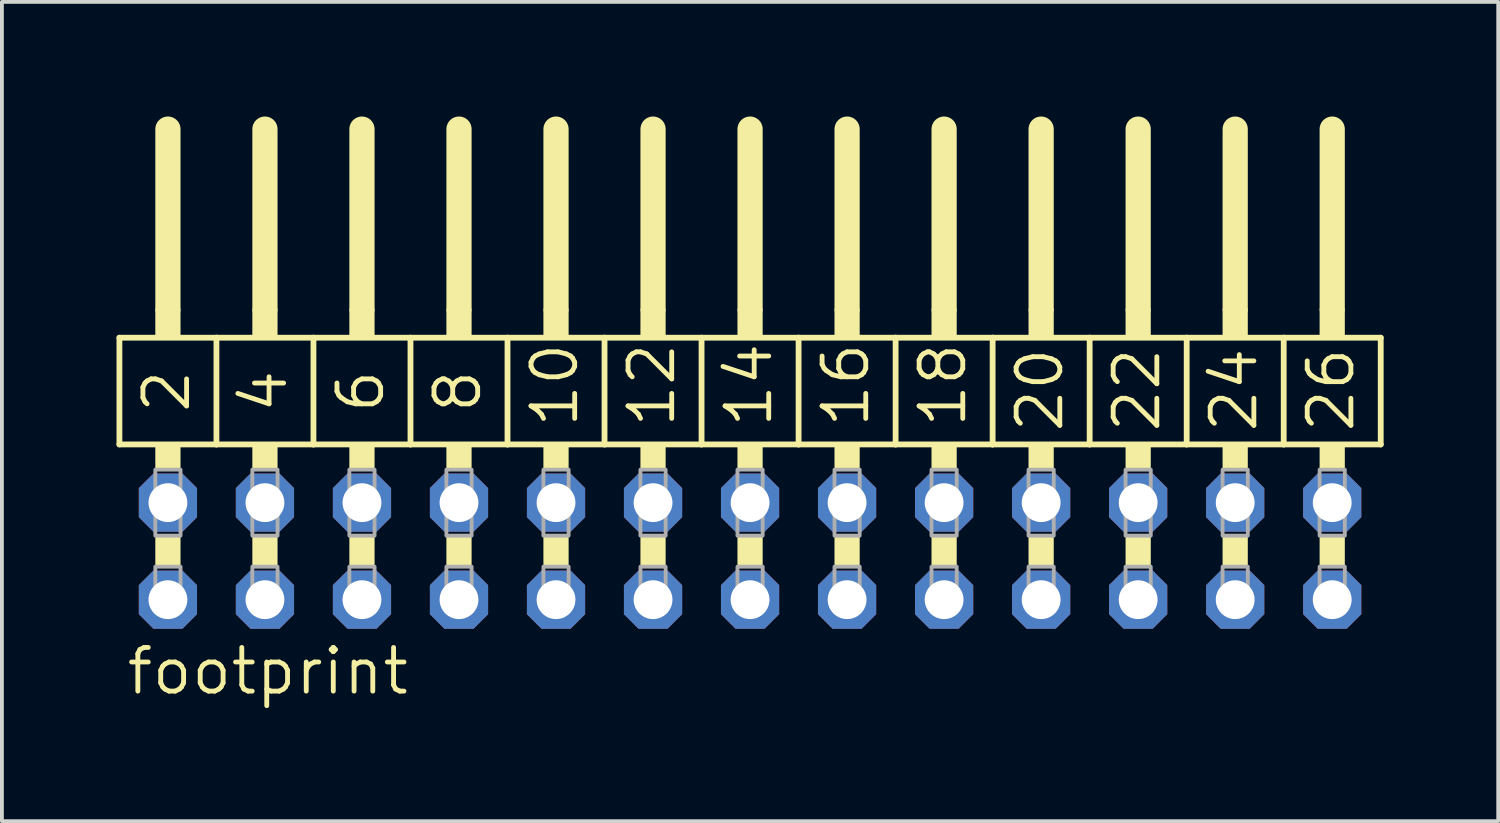
<source format=kicad_pcb>
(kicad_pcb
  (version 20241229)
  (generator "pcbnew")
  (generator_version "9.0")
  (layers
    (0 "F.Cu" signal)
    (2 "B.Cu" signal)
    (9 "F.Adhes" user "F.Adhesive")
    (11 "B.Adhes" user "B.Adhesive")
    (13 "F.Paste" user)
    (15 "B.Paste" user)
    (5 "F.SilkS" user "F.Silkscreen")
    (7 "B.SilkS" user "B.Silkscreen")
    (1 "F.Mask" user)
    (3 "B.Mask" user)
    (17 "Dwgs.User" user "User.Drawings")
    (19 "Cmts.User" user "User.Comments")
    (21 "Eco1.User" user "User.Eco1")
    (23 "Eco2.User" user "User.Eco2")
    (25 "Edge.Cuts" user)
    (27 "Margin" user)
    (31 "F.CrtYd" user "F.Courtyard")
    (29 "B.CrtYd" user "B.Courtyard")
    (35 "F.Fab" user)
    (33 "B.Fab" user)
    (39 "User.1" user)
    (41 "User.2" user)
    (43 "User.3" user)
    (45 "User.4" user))
  (footprint "footprint"
    (layer "F.Cu")
    (at 16.586 11.379)
    (property "Reference" "footprint" (at -16.383 3.81 0) (layer "F.SilkS") (effects (font (size 1.143 1.143) (thickness 0.127)) (justify left bottom)))
    (fp_line (start -16.51 -5.588) (end -13.97 -5.588) (stroke (width 0.152) (type solid)) (layer "F.SilkS"))
    (fp_line (start -16.51 -2.794) (end -16.51 -5.588) (stroke (width 0.152) (type solid)) (layer "F.SilkS"))
    (fp_line (start -15.24 -6.35) (end -15.24 -11.049) (stroke (width 0.66) (type solid)) (layer "F.SilkS"))
    (fp_line (start -13.97 -5.588) (end -11.43 -5.588) (stroke (width 0.152) (type solid)) (layer "F.SilkS"))
    (fp_line (start -13.97 -2.794) (end -16.51 -2.794) (stroke (width 0.152) (type solid)) (layer "F.SilkS"))
    (fp_line (start -13.97 -2.794) (end -13.97 -5.588) (stroke (width 0.152) (type solid)) (layer "F.SilkS"))
    (fp_line (start -13.97 -2.794) (end -11.43 -2.794) (stroke (width 0.152) (type solid)) (layer "F.SilkS"))
    (fp_line (start -12.7 -6.35) (end -12.7 -11.049) (stroke (width 0.66) (type solid)) (layer "F.SilkS"))
    (fp_line (start -11.43 -5.588) (end -8.89 -5.588) (stroke (width 0.152) (type solid)) (layer "F.SilkS"))
    (fp_line (start -11.43 -2.794) (end -11.43 -5.588) (stroke (width 0.152) (type solid)) (layer "F.SilkS"))
    (fp_line (start -10.16 -6.35) (end -10.16 -11.049) (stroke (width 0.66) (type solid)) (layer "F.SilkS"))
    (fp_line (start -8.89 -5.588) (end -6.35 -5.588) (stroke (width 0.152) (type solid)) (layer "F.SilkS"))
    (fp_line (start -8.89 -2.794) (end -11.43 -2.794) (stroke (width 0.152) (type solid)) (layer "F.SilkS"))
    (fp_line (start -8.89 -2.794) (end -8.89 -5.588) (stroke (width 0.152) (type solid)) (layer "F.SilkS"))
    (fp_line (start -7.62 -6.35) (end -7.62 -11.049) (stroke (width 0.66) (type solid)) (layer "F.SilkS"))
    (fp_line (start -6.35 -5.588) (end -3.81 -5.588) (stroke (width 0.152) (type solid)) (layer "F.SilkS"))
    (fp_line (start -6.35 -2.794) (end -8.89 -2.794) (stroke (width 0.152) (type solid)) (layer "F.SilkS"))
    (fp_line (start -6.35 -2.794) (end -6.35 -5.588) (stroke (width 0.152) (type solid)) (layer "F.SilkS"))
    (fp_line (start -5.08 -6.35) (end -5.08 -11.049) (stroke (width 0.66) (type solid)) (layer "F.SilkS"))
    (fp_line (start -3.81 -5.588) (end -1.27 -5.588) (stroke (width 0.152) (type solid)) (layer "F.SilkS"))
    (fp_line (start -3.81 -2.794) (end -6.35 -2.794) (stroke (width 0.152) (type solid)) (layer "F.SilkS"))
    (fp_line (start -3.81 -2.794) (end -3.81 -5.588) (stroke (width 0.152) (type solid)) (layer "F.SilkS"))
    (fp_line (start -2.54 -6.35) (end -2.54 -11.049) (stroke (width 0.66) (type solid)) (layer "F.SilkS"))
    (fp_line (start -1.27 -5.588) (end 1.27 -5.588) (stroke (width 0.152) (type solid)) (layer "F.SilkS"))
    (fp_line (start -1.27 -2.794) (end -3.81 -2.794) (stroke (width 0.152) (type solid)) (layer "F.SilkS"))
    (fp_line (start -1.27 -2.794) (end -1.27 -5.588) (stroke (width 0.152) (type solid)) (layer "F.SilkS"))
    (fp_line (start -1.27 -2.794) (end 1.27 -2.794) (stroke (width 0.152) (type solid)) (layer "F.SilkS"))
    (fp_line (start 0 -6.35) (end 0 -11.049) (stroke (width 0.66) (type solid)) (layer "F.SilkS"))
    (fp_line (start 1.27 -5.588) (end 3.81 -5.588) (stroke (width 0.152) (type solid)) (layer "F.SilkS"))
    (fp_line (start 1.27 -2.794) (end 1.27 -5.588) (stroke (width 0.152) (type solid)) (layer "F.SilkS"))
    (fp_line (start 2.54 -6.35) (end 2.54 -11.049) (stroke (width 0.66) (type solid)) (layer "F.SilkS"))
    (fp_line (start 3.81 -5.588) (end 6.35 -5.588) (stroke (width 0.152) (type solid)) (layer "F.SilkS"))
    (fp_line (start 3.81 -2.794) (end 1.27 -2.794) (stroke (width 0.152) (type solid)) (layer "F.SilkS"))
    (fp_line (start 3.81 -2.794) (end 3.81 -5.588) (stroke (width 0.152) (type solid)) (layer "F.SilkS"))
    (fp_line (start 5.08 -6.35) (end 5.08 -11.049) (stroke (width 0.66) (type solid)) (layer "F.SilkS"))
    (fp_line (start 6.35 -5.588) (end 8.89 -5.588) (stroke (width 0.152) (type solid)) (layer "F.SilkS"))
    (fp_line (start 6.35 -2.794) (end 3.81 -2.794) (stroke (width 0.152) (type solid)) (layer "F.SilkS"))
    (fp_line (start 6.35 -2.794) (end 6.35 -5.588) (stroke (width 0.152) (type solid)) (layer "F.SilkS"))
    (fp_line (start 7.62 -6.35) (end 7.62 -11.049) (stroke (width 0.66) (type solid)) (layer "F.SilkS"))
    (fp_line (start 8.89 -5.588) (end 11.43 -5.588) (stroke (width 0.152) (type solid)) (layer "F.SilkS"))
    (fp_line (start 8.89 -2.794) (end 6.35 -2.794) (stroke (width 0.152) (type solid)) (layer "F.SilkS"))
    (fp_line (start 8.89 -2.794) (end 8.89 -5.588) (stroke (width 0.152) (type solid)) (layer "F.SilkS"))
    (fp_line (start 10.16 -6.35) (end 10.16 -11.049) (stroke (width 0.66) (type solid)) (layer "F.SilkS"))
    (fp_line (start 11.43 -5.588) (end 13.97 -5.588) (stroke (width 0.152) (type solid)) (layer "F.SilkS"))
    (fp_line (start 11.43 -2.794) (end 8.89 -2.794) (stroke (width 0.152) (type solid)) (layer "F.SilkS"))
    (fp_line (start 11.43 -2.794) (end 11.43 -5.588) (stroke (width 0.152) (type solid)) (layer "F.SilkS"))
    (fp_line (start 11.43 -2.794) (end 13.97 -2.794) (stroke (width 0.152) (type solid)) (layer "F.SilkS"))
    (fp_line (start 12.7 -6.35) (end 12.7 -11.049) (stroke (width 0.66) (type solid)) (layer "F.SilkS"))
    (fp_line (start 13.97 -5.588) (end 16.51 -5.588) (stroke (width 0.152) (type solid)) (layer "F.SilkS"))
    (fp_line (start 13.97 -2.794) (end 13.97 -5.588) (stroke (width 0.152) (type solid)) (layer "F.SilkS"))
    (fp_line (start 15.24 -6.35) (end 15.24 -11.049) (stroke (width 0.66) (type solid)) (layer "F.SilkS"))
    (fp_line (start 16.51 -2.794) (end 13.97 -2.794) (stroke (width 0.152) (type solid)) (layer "F.SilkS"))
    (fp_line (start 16.51 -2.794) (end 16.51 -5.588) (stroke (width 0.152) (type solid)) (layer "F.SilkS"))
    (fp_poly (pts (xy -15.57 -5.588) (xy -14.91 -5.588) (xy -14.91 -6.35) (xy -15.57 -6.35)) (stroke (width 0) (type solid)) (fill yes) (layer "F.SilkS"))
    (fp_poly (pts (xy -15.57 -2.134) (xy -14.91 -2.134) (xy -14.91 -2.794) (xy -15.57 -2.794)) (stroke (width 0) (type solid)) (fill yes) (layer "F.SilkS"))
    (fp_poly (pts (xy -15.57 0.406) (xy -14.91 0.406) (xy -14.91 -0.406) (xy -15.57 -0.406)) (stroke (width 0) (type solid)) (fill yes) (layer "F.SilkS"))
    (fp_poly (pts (xy -13.03 -5.588) (xy -12.37 -5.588) (xy -12.37 -6.35) (xy -13.03 -6.35)) (stroke (width 0) (type solid)) (fill yes) (layer "F.SilkS"))
    (fp_poly (pts (xy -13.03 -2.134) (xy -12.37 -2.134) (xy -12.37 -2.794) (xy -13.03 -2.794)) (stroke (width 0) (type solid)) (fill yes) (layer "F.SilkS"))
    (fp_poly (pts (xy -13.03 0.406) (xy -12.37 0.406) (xy -12.37 -0.406) (xy -13.03 -0.406)) (stroke (width 0) (type solid)) (fill yes) (layer "F.SilkS"))
    (fp_poly (pts (xy -10.49 -5.588) (xy -9.83 -5.588) (xy -9.83 -6.35) (xy -10.49 -6.35)) (stroke (width 0) (type solid)) (fill yes) (layer "F.SilkS"))
    (fp_poly (pts (xy -10.49 -2.134) (xy -9.83 -2.134) (xy -9.83 -2.794) (xy -10.49 -2.794)) (stroke (width 0) (type solid)) (fill yes) (layer "F.SilkS"))
    (fp_poly (pts (xy -10.49 0.406) (xy -9.83 0.406) (xy -9.83 -0.406) (xy -10.49 -0.406)) (stroke (width 0) (type solid)) (fill yes) (layer "F.SilkS"))
    (fp_poly (pts (xy -7.95 -5.588) (xy -7.29 -5.588) (xy -7.29 -6.35) (xy -7.95 -6.35)) (stroke (width 0) (type solid)) (fill yes) (layer "F.SilkS"))
    (fp_poly (pts (xy -7.95 -2.134) (xy -7.29 -2.134) (xy -7.29 -2.794) (xy -7.95 -2.794)) (stroke (width 0) (type solid)) (fill yes) (layer "F.SilkS"))
    (fp_poly (pts (xy -7.95 0.406) (xy -7.29 0.406) (xy -7.29 -0.406) (xy -7.95 -0.406)) (stroke (width 0) (type solid)) (fill yes) (layer "F.SilkS"))
    (fp_poly (pts (xy -5.41 -5.588) (xy -4.75 -5.588) (xy -4.75 -6.35) (xy -5.41 -6.35)) (stroke (width 0) (type solid)) (fill yes) (layer "F.SilkS"))
    (fp_poly (pts (xy -5.41 -2.134) (xy -4.75 -2.134) (xy -4.75 -2.794) (xy -5.41 -2.794)) (stroke (width 0) (type solid)) (fill yes) (layer "F.SilkS"))
    (fp_poly (pts (xy -5.41 0.406) (xy -4.75 0.406) (xy -4.75 -0.406) (xy -5.41 -0.406)) (stroke (width 0) (type solid)) (fill yes) (layer "F.SilkS"))
    (fp_poly (pts (xy -2.87 -5.588) (xy -2.21 -5.588) (xy -2.21 -6.35) (xy -2.87 -6.35)) (stroke (width 0) (type solid)) (fill yes) (layer "F.SilkS"))
    (fp_poly (pts (xy -2.87 -2.134) (xy -2.21 -2.134) (xy -2.21 -2.794) (xy -2.87 -2.794)) (stroke (width 0) (type solid)) (fill yes) (layer "F.SilkS"))
    (fp_poly (pts (xy -2.87 0.406) (xy -2.21 0.406) (xy -2.21 -0.406) (xy -2.87 -0.406)) (stroke (width 0) (type solid)) (fill yes) (layer "F.SilkS"))
    (fp_poly (pts (xy -0.33 -5.588) (xy 0.33 -5.588) (xy 0.33 -6.35) (xy -0.33 -6.35)) (stroke (width 0) (type solid)) (fill yes) (layer "F.SilkS"))
    (fp_poly (pts (xy -0.33 -2.134) (xy 0.33 -2.134) (xy 0.33 -2.794) (xy -0.33 -2.794)) (stroke (width 0) (type solid)) (fill yes) (layer "F.SilkS"))
    (fp_poly (pts (xy -0.33 0.406) (xy 0.33 0.406) (xy 0.33 -0.406) (xy -0.33 -0.406)) (stroke (width 0) (type solid)) (fill yes) (layer "F.SilkS"))
    (fp_poly (pts (xy 2.21 -5.588) (xy 2.87 -5.588) (xy 2.87 -6.35) (xy 2.21 -6.35)) (stroke (width 0) (type solid)) (fill yes) (layer "F.SilkS"))
    (fp_poly (pts (xy 2.21 -2.134) (xy 2.87 -2.134) (xy 2.87 -2.794) (xy 2.21 -2.794)) (stroke (width 0) (type solid)) (fill yes) (layer "F.SilkS"))
    (fp_poly (pts (xy 2.21 0.406) (xy 2.87 0.406) (xy 2.87 -0.406) (xy 2.21 -0.406)) (stroke (width 0) (type solid)) (fill yes) (layer "F.SilkS"))
    (fp_poly (pts (xy 4.75 -5.588) (xy 5.41 -5.588) (xy 5.41 -6.35) (xy 4.75 -6.35)) (stroke (width 0) (type solid)) (fill yes) (layer "F.SilkS"))
    (fp_poly (pts (xy 4.75 -2.134) (xy 5.41 -2.134) (xy 5.41 -2.794) (xy 4.75 -2.794)) (stroke (width 0) (type solid)) (fill yes) (layer "F.SilkS"))
    (fp_poly (pts (xy 4.75 0.406) (xy 5.41 0.406) (xy 5.41 -0.406) (xy 4.75 -0.406)) (stroke (width 0) (type solid)) (fill yes) (layer "F.SilkS"))
    (fp_poly (pts (xy 7.29 -5.588) (xy 7.95 -5.588) (xy 7.95 -6.35) (xy 7.29 -6.35)) (stroke (width 0) (type solid)) (fill yes) (layer "F.SilkS"))
    (fp_poly (pts (xy 7.29 -2.134) (xy 7.95 -2.134) (xy 7.95 -2.794) (xy 7.29 -2.794)) (stroke (width 0) (type solid)) (fill yes) (layer "F.SilkS"))
    (fp_poly (pts (xy 7.29 0.406) (xy 7.95 0.406) (xy 7.95 -0.406) (xy 7.29 -0.406)) (stroke (width 0) (type solid)) (fill yes) (layer "F.SilkS"))
    (fp_poly (pts (xy 9.83 -5.588) (xy 10.49 -5.588) (xy 10.49 -6.35) (xy 9.83 -6.35)) (stroke (width 0) (type solid)) (fill yes) (layer "F.SilkS"))
    (fp_poly (pts (xy 9.83 -2.134) (xy 10.49 -2.134) (xy 10.49 -2.794) (xy 9.83 -2.794)) (stroke (width 0) (type solid)) (fill yes) (layer "F.SilkS"))
    (fp_poly (pts (xy 9.83 0.406) (xy 10.49 0.406) (xy 10.49 -0.406) (xy 9.83 -0.406)) (stroke (width 0) (type solid)) (fill yes) (layer "F.SilkS"))
    (fp_poly (pts (xy 12.37 -5.588) (xy 13.03 -5.588) (xy 13.03 -6.35) (xy 12.37 -6.35)) (stroke (width 0) (type solid)) (fill yes) (layer "F.SilkS"))
    (fp_poly (pts (xy 12.37 -2.134) (xy 13.03 -2.134) (xy 13.03 -2.794) (xy 12.37 -2.794)) (stroke (width 0) (type solid)) (fill yes) (layer "F.SilkS"))
    (fp_poly (pts (xy 12.37 0.406) (xy 13.03 0.406) (xy 13.03 -0.406) (xy 12.37 -0.406)) (stroke (width 0) (type solid)) (fill yes) (layer "F.SilkS"))
    (fp_poly (pts (xy 14.91 -5.588) (xy 15.57 -5.588) (xy 15.57 -6.35) (xy 14.91 -6.35)) (stroke (width 0) (type solid)) (fill yes) (layer "F.SilkS"))
    (fp_poly (pts (xy 14.91 -2.134) (xy 15.57 -2.134) (xy 15.57 -2.794) (xy 14.91 -2.794)) (stroke (width 0) (type solid)) (fill yes) (layer "F.SilkS"))
    (fp_poly (pts (xy 14.91 0.406) (xy 15.57 0.406) (xy 15.57 -0.406) (xy 14.91 -0.406)) (stroke (width 0) (type solid)) (fill yes) (layer "F.SilkS"))
    (fp_poly (pts (xy -15.57 -0.406) (xy -14.91 -0.406) (xy -14.91 -2.134) (xy -15.57 -2.134)) (stroke (width 0.1) (type solid)) (fill no) (layer "F.Fab"))
    (fp_poly (pts (xy -15.57 1.575) (xy -14.91 1.575) (xy -14.91 0.406) (xy -15.57 0.406)) (stroke (width 0.1) (type solid)) (fill no) (layer "F.Fab"))
    (fp_poly (pts (xy -13.03 -0.406) (xy -12.37 -0.406) (xy -12.37 -2.134) (xy -13.03 -2.134)) (stroke (width 0.1) (type solid)) (fill no) (layer "F.Fab"))
    (fp_poly (pts (xy -13.03 1.575) (xy -12.37 1.575) (xy -12.37 0.406) (xy -13.03 0.406)) (stroke (width 0.1) (type solid)) (fill no) (layer "F.Fab"))
    (fp_poly (pts (xy -10.49 -0.406) (xy -9.83 -0.406) (xy -9.83 -2.134) (xy -10.49 -2.134)) (stroke (width 0.1) (type solid)) (fill no) (layer "F.Fab"))
    (fp_poly (pts (xy -10.49 1.575) (xy -9.83 1.575) (xy -9.83 0.406) (xy -10.49 0.406)) (stroke (width 0.1) (type solid)) (fill no) (layer "F.Fab"))
    (fp_poly (pts (xy -7.95 -0.406) (xy -7.29 -0.406) (xy -7.29 -2.134) (xy -7.95 -2.134)) (stroke (width 0.1) (type solid)) (fill no) (layer "F.Fab"))
    (fp_poly (pts (xy -7.95 1.575) (xy -7.29 1.575) (xy -7.29 0.406) (xy -7.95 0.406)) (stroke (width 0.1) (type solid)) (fill no) (layer "F.Fab"))
    (fp_poly (pts (xy -5.41 -0.406) (xy -4.75 -0.406) (xy -4.75 -2.134) (xy -5.41 -2.134)) (stroke (width 0.1) (type solid)) (fill no) (layer "F.Fab"))
    (fp_poly (pts (xy -5.41 1.575) (xy -4.75 1.575) (xy -4.75 0.406) (xy -5.41 0.406)) (stroke (width 0.1) (type solid)) (fill no) (layer "F.Fab"))
    (fp_poly (pts (xy -2.87 -0.406) (xy -2.21 -0.406) (xy -2.21 -2.134) (xy -2.87 -2.134)) (stroke (width 0.1) (type solid)) (fill no) (layer "F.Fab"))
    (fp_poly (pts (xy -2.87 1.575) (xy -2.21 1.575) (xy -2.21 0.406) (xy -2.87 0.406)) (stroke (width 0.1) (type solid)) (fill no) (layer "F.Fab"))
    (fp_poly (pts (xy -0.33 -0.406) (xy 0.33 -0.406) (xy 0.33 -2.134) (xy -0.33 -2.134)) (stroke (width 0.1) (type solid)) (fill no) (layer "F.Fab"))
    (fp_poly (pts (xy -0.33 1.575) (xy 0.33 1.575) (xy 0.33 0.406) (xy -0.33 0.406)) (stroke (width 0.1) (type solid)) (fill no) (layer "F.Fab"))
    (fp_poly (pts (xy 2.21 -0.406) (xy 2.87 -0.406) (xy 2.87 -2.134) (xy 2.21 -2.134)) (stroke (width 0.1) (type solid)) (fill no) (layer "F.Fab"))
    (fp_poly (pts (xy 2.21 1.575) (xy 2.87 1.575) (xy 2.87 0.406) (xy 2.21 0.406)) (stroke (width 0.1) (type solid)) (fill no) (layer "F.Fab"))
    (fp_poly (pts (xy 4.75 -0.406) (xy 5.41 -0.406) (xy 5.41 -2.134) (xy 4.75 -2.134)) (stroke (width 0.1) (type solid)) (fill no) (layer "F.Fab"))
    (fp_poly (pts (xy 4.75 1.575) (xy 5.41 1.575) (xy 5.41 0.406) (xy 4.75 0.406)) (stroke (width 0.1) (type solid)) (fill no) (layer "F.Fab"))
    (fp_poly (pts (xy 7.29 -0.406) (xy 7.95 -0.406) (xy 7.95 -2.134) (xy 7.29 -2.134)) (stroke (width 0.1) (type solid)) (fill no) (layer "F.Fab"))
    (fp_poly (pts (xy 7.29 1.575) (xy 7.95 1.575) (xy 7.95 0.406) (xy 7.29 0.406)) (stroke (width 0.1) (type solid)) (fill no) (layer "F.Fab"))
    (fp_poly (pts (xy 9.83 -0.406) (xy 10.49 -0.406) (xy 10.49 -2.134) (xy 9.83 -2.134)) (stroke (width 0.1) (type solid)) (fill no) (layer "F.Fab"))
    (fp_poly (pts (xy 9.83 1.575) (xy 10.49 1.575) (xy 10.49 0.406) (xy 9.83 0.406)) (stroke (width 0.1) (type solid)) (fill no) (layer "F.Fab"))
    (fp_poly (pts (xy 12.37 -0.406) (xy 13.03 -0.406) (xy 13.03 -2.134) (xy 12.37 -2.134)) (stroke (width 0.1) (type solid)) (fill no) (layer "F.Fab"))
    (fp_poly (pts (xy 12.37 1.575) (xy 13.03 1.575) (xy 13.03 0.406) (xy 12.37 0.406)) (stroke (width 0.1) (type solid)) (fill no) (layer "F.Fab"))
    (fp_poly (pts (xy 14.91 -0.406) (xy 15.57 -0.406) (xy 15.57 -2.134) (xy 14.91 -2.134)) (stroke (width 0.1) (type solid)) (fill no) (layer "F.Fab"))
    (fp_poly (pts (xy 14.91 1.575) (xy 15.57 1.575) (xy 15.57 0.406) (xy 14.91 0.406)) (stroke (width 0.1) (type solid)) (fill no) (layer "F.Fab"))
    (fp_text user "6" (at -9.525 -3.556 90) (layer "F.SilkS") (effects (font (size 1.143 1.143) (thickness 0.127)) (justify left bottom)))
    (fp_text user "22" (at 10.795 -3.048 90) (layer "F.SilkS") (effects (font (size 1.143 1.143) (thickness 0.127)) (justify left bottom)))
    (fp_text user "14" (at 0.635 -3.175 90) (layer "F.SilkS") (effects (font (size 1.143 1.143) (thickness 0.127)) (justify left bottom)))
    (fp_text user "10" (at -4.445 -3.175 90) (layer "F.SilkS") (effects (font (size 1.143 1.143) (thickness 0.127)) (justify left bottom)))
    (fp_text user "18" (at 5.715 -3.175 90) (layer "F.SilkS") (effects (font (size 1.143 1.143) (thickness 0.127)) (justify left bottom)))
    (fp_text user "20" (at 8.255 -3.048 90) (layer "F.SilkS") (effects (font (size 1.143 1.143) (thickness 0.127)) (justify left bottom)))
    (fp_text user "2" (at -14.605 -3.556 90) (layer "F.SilkS") (effects (font (size 1.143 1.143) (thickness 0.127)) (justify left bottom)))
    (fp_text user "16" (at 3.175 -3.175 90) (layer "F.SilkS") (effects (font (size 1.143 1.143) (thickness 0.127)) (justify left bottom)))
    (fp_text user "24" (at 13.335 -3.048 90) (layer "F.SilkS") (effects (font (size 1.143 1.143) (thickness 0.127)) (justify left bottom)))
    (fp_text user "4" (at -12.065 -3.556 90) (layer "F.SilkS") (effects (font (size 1.143 1.143) (thickness 0.127)) (justify left bottom)))
    (fp_text user "8" (at -6.985 -3.556 90) (layer "F.SilkS") (effects (font (size 1.143 1.143) (thickness 0.127)) (justify left bottom)))
    (fp_text user "12" (at -1.905 -3.175 90) (layer "F.SilkS") (effects (font (size 1.143 1.143) (thickness 0.127)) (justify left bottom)))
    (fp_text user "26" (at 15.875 -3.048 90) (layer "F.SilkS") (effects (font (size 1.143 1.143) (thickness 0.127)) (justify left bottom)))
    (pad "1" thru_hole roundrect (at -15.24 1.27) (size 1.524 1.524) (drill 1.016) (layers "*.Cu" "*.Mask") (roundrect_rratio 0.25) (chamfer_ratio 0.25) (chamfer top_left top_right bottom_left bottom_right))
    (pad "2" thru_hole roundrect (at -15.24 -1.27) (size 1.524 1.524) (drill 1.016) (layers "*.Cu" "*.Mask") (roundrect_rratio 0.25) (chamfer_ratio 0.25) (chamfer top_left top_right bottom_left bottom_right))
    (pad "3" thru_hole roundrect (at -12.7 1.27) (size 1.524 1.524) (drill 1.016) (layers "*.Cu" "*.Mask") (roundrect_rratio 0.25) (chamfer_ratio 0.25) (chamfer top_left top_right bottom_left bottom_right))
    (pad "4" thru_hole roundrect (at -12.7 -1.27) (size 1.524 1.524) (drill 1.016) (layers "*.Cu" "*.Mask") (roundrect_rratio 0.25) (chamfer_ratio 0.25) (chamfer top_left top_right bottom_left bottom_right))
    (pad "5" thru_hole roundrect (at -10.16 1.27) (size 1.524 1.524) (drill 1.016) (layers "*.Cu" "*.Mask") (roundrect_rratio 0.25) (chamfer_ratio 0.25) (chamfer top_left top_right bottom_left bottom_right))
    (pad "6" thru_hole roundrect (at -10.16 -1.27) (size 1.524 1.524) (drill 1.016) (layers "*.Cu" "*.Mask") (roundrect_rratio 0.25) (chamfer_ratio 0.25) (chamfer top_left top_right bottom_left bottom_right))
    (pad "7" thru_hole roundrect (at -7.62 1.27) (size 1.524 1.524) (drill 1.016) (layers "*.Cu" "*.Mask") (roundrect_rratio 0.25) (chamfer_ratio 0.25) (chamfer top_left top_right bottom_left bottom_right))
    (pad "8" thru_hole roundrect (at -7.62 -1.27) (size 1.524 1.524) (drill 1.016) (layers "*.Cu" "*.Mask") (roundrect_rratio 0.25) (chamfer_ratio 0.25) (chamfer top_left top_right bottom_left bottom_right))
    (pad "9" thru_hole roundrect (at -5.08 1.27) (size 1.524 1.524) (drill 1.016) (layers "*.Cu" "*.Mask") (roundrect_rratio 0.25) (chamfer_ratio 0.25) (chamfer top_left top_right bottom_left bottom_right))
    (pad "10" thru_hole roundrect (at -5.08 -1.27) (size 1.524 1.524) (drill 1.016) (layers "*.Cu" "*.Mask") (roundrect_rratio 0.25) (chamfer_ratio 0.25) (chamfer top_left top_right bottom_left bottom_right))
    (pad "11" thru_hole roundrect (at -2.54 1.27) (size 1.524 1.524) (drill 1.016) (layers "*.Cu" "*.Mask") (roundrect_rratio 0.25) (chamfer_ratio 0.25) (chamfer top_left top_right bottom_left bottom_right))
    (pad "12" thru_hole roundrect (at -2.54 -1.27) (size 1.524 1.524) (drill 1.016) (layers "*.Cu" "*.Mask") (roundrect_rratio 0.25) (chamfer_ratio 0.25) (chamfer top_left top_right bottom_left bottom_right))
    (pad "13" thru_hole roundrect (at 0 1.27) (size 1.524 1.524) (drill 1.016) (layers "*.Cu" "*.Mask") (roundrect_rratio 0.25) (chamfer_ratio 0.25) (chamfer top_left top_right bottom_left bottom_right))
    (pad "14" thru_hole roundrect (at 0 -1.27) (size 1.524 1.524) (drill 1.016) (layers "*.Cu" "*.Mask") (roundrect_rratio 0.25) (chamfer_ratio 0.25) (chamfer top_left top_right bottom_left bottom_right))
    (pad "15" thru_hole roundrect (at 2.54 1.27) (size 1.524 1.524) (drill 1.016) (layers "*.Cu" "*.Mask") (roundrect_rratio 0.25) (chamfer_ratio 0.25) (chamfer top_left top_right bottom_left bottom_right))
    (pad "16" thru_hole roundrect (at 2.54 -1.27) (size 1.524 1.524) (drill 1.016) (layers "*.Cu" "*.Mask") (roundrect_rratio 0.25) (chamfer_ratio 0.25) (chamfer top_left top_right bottom_left bottom_right))
    (pad "17" thru_hole roundrect (at 5.08 1.27) (size 1.524 1.524) (drill 1.016) (layers "*.Cu" "*.Mask") (roundrect_rratio 0.25) (chamfer_ratio 0.25) (chamfer top_left top_right bottom_left bottom_right))
    (pad "18" thru_hole roundrect (at 5.08 -1.27) (size 1.524 1.524) (drill 1.016) (layers "*.Cu" "*.Mask") (roundrect_rratio 0.25) (chamfer_ratio 0.25) (chamfer top_left top_right bottom_left bottom_right))
    (pad "19" thru_hole roundrect (at 7.62 1.27) (size 1.524 1.524) (drill 1.016) (layers "*.Cu" "*.Mask") (roundrect_rratio 0.25) (chamfer_ratio 0.25) (chamfer top_left top_right bottom_left bottom_right))
    (pad "20" thru_hole roundrect (at 7.62 -1.27) (size 1.524 1.524) (drill 1.016) (layers "*.Cu" "*.Mask") (roundrect_rratio 0.25) (chamfer_ratio 0.25) (chamfer top_left top_right bottom_left bottom_right))
    (pad "21" thru_hole roundrect (at 10.16 1.27) (size 1.524 1.524) (drill 1.016) (layers "*.Cu" "*.Mask") (roundrect_rratio 0.25) (chamfer_ratio 0.25) (chamfer top_left top_right bottom_left bottom_right))
    (pad "22" thru_hole roundrect (at 10.16 -1.27) (size 1.524 1.524) (drill 1.016) (layers "*.Cu" "*.Mask") (roundrect_rratio 0.25) (chamfer_ratio 0.25) (chamfer top_left top_right bottom_left bottom_right))
    (pad "23" thru_hole roundrect (at 12.7 1.27) (size 1.524 1.524) (drill 1.016) (layers "*.Cu" "*.Mask") (roundrect_rratio 0.25) (chamfer_ratio 0.25) (chamfer top_left top_right bottom_left bottom_right))
    (pad "24" thru_hole roundrect (at 12.7 -1.27) (size 1.524 1.524) (drill 1.016) (layers "*.Cu" "*.Mask") (roundrect_rratio 0.25) (chamfer_ratio 0.25) (chamfer top_left top_right bottom_left bottom_right))
    (pad "25" thru_hole roundrect (at 15.24 1.27) (size 1.524 1.524) (drill 1.016) (layers "*.Cu" "*.Mask") (roundrect_rratio 0.25) (chamfer_ratio 0.25) (chamfer top_left top_right bottom_left bottom_right))
    (pad "26" thru_hole roundrect (at 15.24 -1.27) (size 1.524 1.524) (drill 1.016) (layers "*.Cu" "*.Mask") (roundrect_rratio 0.25) (chamfer_ratio 0.25) (chamfer top_left top_right bottom_left bottom_right)))
  (gr_rect
    (start -3 -3)
    (end 36.172 18.448)
    (stroke (width 0.1) (type default))
    (fill no)
    (layer "Edge.Cuts")))
</source>
